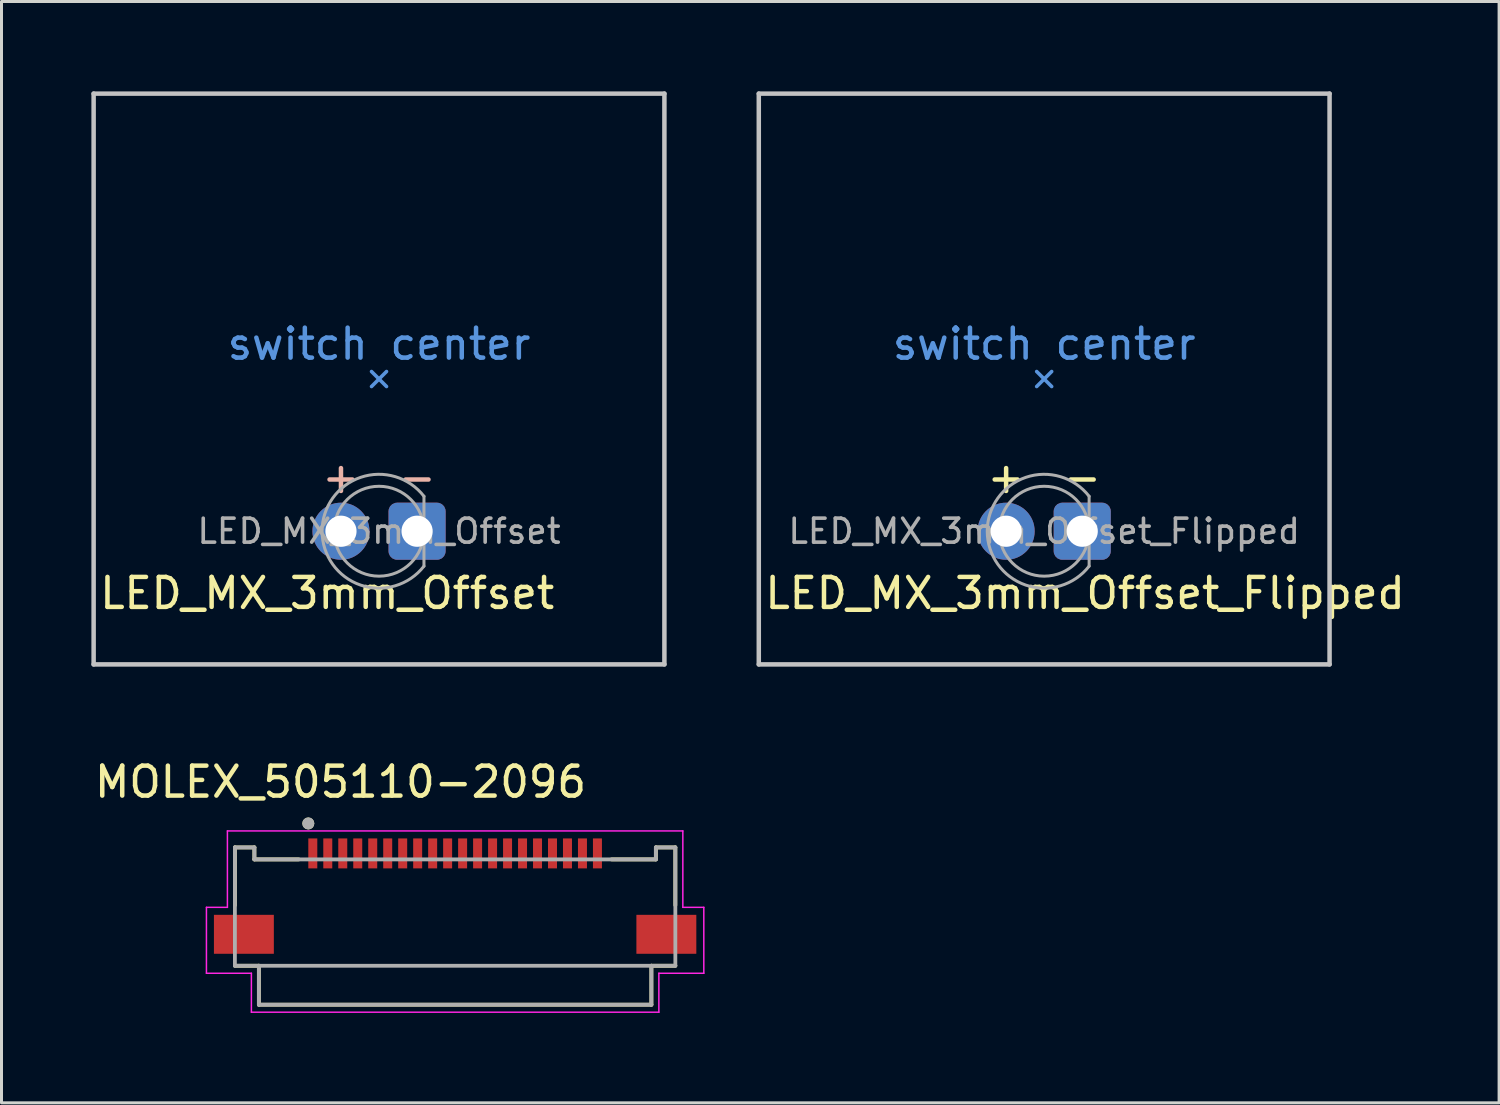
<source format=kicad_pcb>
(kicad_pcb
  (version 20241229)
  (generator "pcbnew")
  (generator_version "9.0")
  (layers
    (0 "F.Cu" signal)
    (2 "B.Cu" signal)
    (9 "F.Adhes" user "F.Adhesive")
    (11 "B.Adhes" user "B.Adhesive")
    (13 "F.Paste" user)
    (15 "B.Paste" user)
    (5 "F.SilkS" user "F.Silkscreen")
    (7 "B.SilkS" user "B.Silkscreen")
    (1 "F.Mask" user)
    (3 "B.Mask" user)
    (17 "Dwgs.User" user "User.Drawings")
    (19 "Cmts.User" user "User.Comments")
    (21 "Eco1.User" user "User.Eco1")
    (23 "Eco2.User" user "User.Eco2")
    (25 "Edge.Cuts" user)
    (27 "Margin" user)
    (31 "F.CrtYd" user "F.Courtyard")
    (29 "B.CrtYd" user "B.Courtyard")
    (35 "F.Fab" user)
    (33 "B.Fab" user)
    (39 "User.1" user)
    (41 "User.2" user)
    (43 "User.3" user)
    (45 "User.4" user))
  (footprint "LED_MX_3mm_Offset_Flipped"
    (layer "F.Cu")
    (at 31.8 9.6)
    (property "Reference" "LED_MX_3mm_Offset_Flipped" (at -9.4 7.15 0) (layer "F.SilkS") (effects (font (size 1 1) (thickness 0.15)) (justify left)))
    (attr through_hole exclude_from_pos_files exclude_from_bom)
    (fp_line (start -9.525 -9.525) (end 9.525 -9.525) (stroke (width 0.15) (type solid)) (layer "Dwgs.User"))
    (fp_line (start -9.525 9.525) (end -9.525 -9.525) (stroke (width 0.15) (type solid)) (layer "Dwgs.User"))
    (fp_line (start 9.525 -9.525) (end 9.525 9.525) (stroke (width 0.15) (type solid)) (layer "Dwgs.User"))
    (fp_line (start 9.525 9.525) (end -9.525 9.525) (stroke (width 0.15) (type solid)) (layer "Dwgs.User"))
    (fp_line (start -0.25 0.25) (end 0 0) (stroke (width 0.12) (type solid)) (layer "Cmts.User"))
    (fp_line (start 0 0) (end -0.25 -0.25) (stroke (width 0.12) (type solid)) (layer "Cmts.User"))
    (fp_line (start 0 0) (end 0.25 -0.25) (stroke (width 0.12) (type solid)) (layer "Cmts.User"))
    (fp_line (start 0.25 0.25) (end 0 0) (stroke (width 0.12) (type solid)) (layer "Cmts.User"))
    (fp_line (start 1.5 6.246) (end 1.5 3.914) (stroke (width 0.1) (type solid)) (layer "F.Fab"))
    (fp_arc (start 1.5 6.246189) (mid -1.900002 5.079546) (end 1.500555 3.914524) (stroke (width 0.1) (type solid)) (layer "F.Fab"))
    (fp_circle (center -0.000001 5.08) (end -1.5 5.08) (stroke (width 0.1) (type solid)) (fill no) (layer "F.Fab"))
    (fp_text user "+" (at -1.27 3.28 0) (layer "F.SilkS") (effects (font (size 1 1) (thickness 0.15)) (justify mirror)))
    (fp_text user "-" (at 1.27 3.28 0) (layer "F.SilkS") (effects (font (size 1 1) (thickness 0.15)) (justify mirror)))
    (fp_text user "switch center" (at 0 -1.17 0) (layer "Cmts.User") (effects (font (size 1 1) (thickness 0.15))))
    (fp_text user "${REFERENCE}" (at 0 5.08 0) (layer "F.Fab") (effects (font (size 0.8 0.8) (thickness 0.12))))
    (pad "1" thru_hole roundrect (at 1.27 5.08) (size 1.905 1.905) (drill 1.04) (layers "*.Cu" "F.Mask") (roundrect_rratio 0.15))
    (pad "2" thru_hole circle (at -1.27 5.08) (size 1.905 1.905) (drill 1.04) (layers "*.Cu" "F.Mask")))
  (footprint "LED_MX_3mm_Offset"
    (layer "F.Cu")
    (at 9.6 9.6)
    (property "Reference" "LED_MX_3mm_Offset" (at -9.4 7.15 0) (layer "F.SilkS") (effects (font (size 1 1) (thickness 0.15)) (justify left)))
    (attr through_hole exclude_from_pos_files exclude_from_bom)
    (fp_line (start -9.525 -9.525) (end 9.525 -9.525) (stroke (width 0.15) (type solid)) (layer "Dwgs.User"))
    (fp_line (start -9.525 9.525) (end -9.525 -9.525) (stroke (width 0.15) (type solid)) (layer "Dwgs.User"))
    (fp_line (start 9.525 -9.525) (end 9.525 9.525) (stroke (width 0.15) (type solid)) (layer "Dwgs.User"))
    (fp_line (start 9.525 9.525) (end -9.525 9.525) (stroke (width 0.15) (type solid)) (layer "Dwgs.User"))
    (fp_line (start -0.25 0.25) (end 0 0) (stroke (width 0.12) (type solid)) (layer "Cmts.User"))
    (fp_line (start 0 0) (end -0.25 -0.25) (stroke (width 0.12) (type solid)) (layer "Cmts.User"))
    (fp_line (start 0 0) (end 0.25 -0.25) (stroke (width 0.12) (type solid)) (layer "Cmts.User"))
    (fp_line (start 0.25 0.25) (end 0 0) (stroke (width 0.12) (type solid)) (layer "Cmts.User"))
    (fp_line (start 1.5 6.246) (end 1.5 3.914) (stroke (width 0.1) (type solid)) (layer "F.Fab"))
    (fp_arc (start 1.5 6.246189) (mid -1.900002 5.079546) (end 1.500555 3.914524) (stroke (width 0.1) (type solid)) (layer "F.Fab"))
    (fp_circle (center -0.000001 5.08) (end -1.5 5.08) (stroke (width 0.1) (type solid)) (fill no) (layer "F.Fab"))
    (fp_text user "+" (at -1.27 3.28 0) (layer "B.SilkS") (effects (font (size 1 1) (thickness 0.15))))
    (fp_text user "-" (at 1.27 3.28 0) (layer "B.SilkS") (effects (font (size 1 1) (thickness 0.15))))
    (fp_text user "switch center" (at 0 -1.17 0) (layer "Cmts.User") (effects (font (size 1 1) (thickness 0.15))))
    (fp_text user "${REFERENCE}" (at 0 5.08 0) (layer "F.Fab") (effects (font (size 0.8 0.8) (thickness 0.12))))
    (pad "1" thru_hole roundrect (at 1.27 5.08) (size 1.905 1.905) (drill 1.04) (layers "*.Cu" "B.Mask") (roundrect_rratio 0.15))
    (pad "2" thru_hole circle (at -1.27 5.08) (size 1.905 1.905) (drill 1.04) (layers "*.Cu" "B.Mask")))
  (footprint "MOLEX_505110-2096"
    (layer "F.Cu")
    (at 12.14 27.858)
    (property "Reference" "MOLEX_505110-2096" (at -3.825 -4.81 0) (layer "F.SilkS") (effects (font (size 1 1) (thickness 0.15))))
    (attr smd)
    (fp_line (start -7.35 -2.625) (end -7.35 -0.695) (stroke (width 0.127) (type solid)) (layer "F.SilkS"))
    (fp_line (start -7.35 1.325) (end -6.55 1.325) (stroke (width 0.127) (type solid)) (layer "F.SilkS"))
    (fp_line (start -6.7 -2.625) (end -7.35 -2.625) (stroke (width 0.127) (type solid)) (layer "F.SilkS"))
    (fp_line (start -6.7 -2.225) (end -6.7 -2.625) (stroke (width 0.127) (type solid)) (layer "F.SilkS"))
    (fp_line (start -6.7 -2.225) (end -5.22 -2.225) (stroke (width 0.127) (type solid)) (layer "F.SilkS"))
    (fp_line (start -6.55 1.325) (end -6.55 2.625) (stroke (width 0.127) (type solid)) (layer "F.SilkS"))
    (fp_line (start -6.55 2.625) (end 6.55 2.625) (stroke (width 0.127) (type solid)) (layer "F.SilkS"))
    (fp_line (start 5.22 -2.225) (end 6.7 -2.225) (stroke (width 0.127) (type solid)) (layer "F.SilkS"))
    (fp_line (start 6.55 1.325) (end 7.35 1.325) (stroke (width 0.127) (type solid)) (layer "F.SilkS"))
    (fp_line (start 6.55 2.625) (end 6.55 1.325) (stroke (width 0.127) (type solid)) (layer "F.SilkS"))
    (fp_line (start 6.7 -2.625) (end 6.7 -2.225) (stroke (width 0.127) (type solid)) (layer "F.SilkS"))
    (fp_line (start 7.35 -2.625) (end 6.7 -2.625) (stroke (width 0.127) (type solid)) (layer "F.SilkS"))
    (fp_line (start 7.35 -0.695) (end 7.35 -2.625) (stroke (width 0.127) (type solid)) (layer "F.SilkS"))
    (fp_circle (center -4.9 -3.425) (end -4.8 -3.425) (stroke (width 0.2) (type solid)) (fill no) (layer "F.SilkS"))
    (fp_line (start -8.3 -0.625) (end -7.6 -0.625) (stroke (width 0.05) (type solid)) (layer "F.CrtYd"))
    (fp_line (start -8.3 1.575) (end -8.3 -0.625) (stroke (width 0.05) (type solid)) (layer "F.CrtYd"))
    (fp_line (start -7.6 -3.175) (end 7.6 -3.175) (stroke (width 0.05) (type solid)) (layer "F.CrtYd"))
    (fp_line (start -7.6 -0.625) (end -7.6 -3.175) (stroke (width 0.05) (type solid)) (layer "F.CrtYd"))
    (fp_line (start -6.8 1.575) (end -8.3 1.575) (stroke (width 0.05) (type solid)) (layer "F.CrtYd"))
    (fp_line (start -6.8 2.875) (end -6.8 1.575) (stroke (width 0.05) (type solid)) (layer "F.CrtYd"))
    (fp_line (start 6.8 1.575) (end 6.8 2.875) (stroke (width 0.05) (type solid)) (layer "F.CrtYd"))
    (fp_line (start 6.8 2.875) (end -6.8 2.875) (stroke (width 0.05) (type solid)) (layer "F.CrtYd"))
    (fp_line (start 7.6 -3.175) (end 7.6 -0.625) (stroke (width 0.05) (type solid)) (layer "F.CrtYd"))
    (fp_line (start 7.6 -0.625) (end 8.3 -0.625) (stroke (width 0.05) (type solid)) (layer "F.CrtYd"))
    (fp_line (start 8.3 -0.625) (end 8.3 1.575) (stroke (width 0.05) (type solid)) (layer "F.CrtYd"))
    (fp_line (start 8.3 1.575) (end 6.8 1.575) (stroke (width 0.05) (type solid)) (layer "F.CrtYd"))
    (fp_line (start -7.35 -2.625) (end -7.35 1.325) (stroke (width 0.127) (type solid)) (layer "F.Fab"))
    (fp_line (start -7.35 1.325) (end -6.55 1.325) (stroke (width 0.127) (type solid)) (layer "F.Fab"))
    (fp_line (start -6.7 -2.625) (end -7.35 -2.625) (stroke (width 0.127) (type solid)) (layer "F.Fab"))
    (fp_line (start -6.7 -2.225) (end -6.7 -2.625) (stroke (width 0.127) (type solid)) (layer "F.Fab"))
    (fp_line (start -6.55 1.325) (end -6.55 2.625) (stroke (width 0.127) (type solid)) (layer "F.Fab"))
    (fp_line (start -6.55 1.325) (end 6.55 1.325) (stroke (width 0.127) (type solid)) (layer "F.Fab"))
    (fp_line (start -6.55 2.625) (end 6.55 2.625) (stroke (width 0.127) (type solid)) (layer "F.Fab"))
    (fp_line (start 6.55 1.325) (end 7.35 1.325) (stroke (width 0.127) (type solid)) (layer "F.Fab"))
    (fp_line (start 6.55 2.625) (end 6.55 1.325) (stroke (width 0.127) (type solid)) (layer "F.Fab"))
    (fp_line (start 6.7 -2.625) (end 6.7 -2.225) (stroke (width 0.127) (type solid)) (layer "F.Fab"))
    (fp_line (start 6.7 -2.225) (end -6.7 -2.225) (stroke (width 0.127) (type solid)) (layer "F.Fab"))
    (fp_line (start 7.35 -2.625) (end 6.7 -2.625) (stroke (width 0.127) (type solid)) (layer "F.Fab"))
    (fp_line (start 7.35 1.325) (end 7.35 -2.625) (stroke (width 0.127) (type solid)) (layer "F.Fab"))
    (fp_circle (center -4.9 -3.425) (end -4.8 -3.425) (stroke (width 0.2) (type solid)) (fill no) (layer "F.Fab"))
    (pad "1" smd rect (at -4.75 -2.425) (size 0.3 1) (layers "F.Cu" "F.Mask" "F.Paste"))
    (pad "2" smd rect (at -4.25 -2.425) (size 0.3 1) (layers "F.Cu" "F.Mask" "F.Paste"))
    (pad "3" smd rect (at -3.75 -2.425) (size 0.3 1) (layers "F.Cu" "F.Mask" "F.Paste"))
    (pad "4" smd rect (at -3.25 -2.425) (size 0.3 1) (layers "F.Cu" "F.Mask" "F.Paste"))
    (pad "5" smd rect (at -2.75 -2.425) (size 0.3 1) (layers "F.Cu" "F.Mask" "F.Paste"))
    (pad "6" smd rect (at -2.25 -2.425) (size 0.3 1) (layers "F.Cu" "F.Mask" "F.Paste"))
    (pad "7" smd rect (at -1.75 -2.425) (size 0.3 1) (layers "F.Cu" "F.Mask" "F.Paste"))
    (pad "8" smd rect (at -1.25 -2.425) (size 0.3 1) (layers "F.Cu" "F.Mask" "F.Paste"))
    (pad "9" smd rect (at -0.75 -2.425) (size 0.3 1) (layers "F.Cu" "F.Mask" "F.Paste"))
    (pad "10" smd rect (at -0.25 -2.425) (size 0.3 1) (layers "F.Cu" "F.Mask" "F.Paste"))
    (pad "11" smd rect (at 0.25 -2.425) (size 0.3 1) (layers "F.Cu" "F.Mask" "F.Paste"))
    (pad "12" smd rect (at 0.75 -2.425) (size 0.3 1) (layers "F.Cu" "F.Mask" "F.Paste"))
    (pad "13" smd rect (at 1.25 -2.425) (size 0.3 1) (layers "F.Cu" "F.Mask" "F.Paste"))
    (pad "14" smd rect (at 1.75 -2.425) (size 0.3 1) (layers "F.Cu" "F.Mask" "F.Paste"))
    (pad "15" smd rect (at 2.25 -2.425) (size 0.3 1) (layers "F.Cu" "F.Mask" "F.Paste"))
    (pad "16" smd rect (at 2.75 -2.425) (size 0.3 1) (layers "F.Cu" "F.Mask" "F.Paste"))
    (pad "17" smd rect (at 3.25 -2.425) (size 0.3 1) (layers "F.Cu" "F.Mask" "F.Paste"))
    (pad "18" smd rect (at 3.75 -2.425) (size 0.3 1) (layers "F.Cu" "F.Mask" "F.Paste"))
    (pad "19" smd rect (at 4.25 -2.425) (size 0.3 1) (layers "F.Cu" "F.Mask" "F.Paste"))
    (pad "20" smd rect (at 4.75 -2.425) (size 0.3 1) (layers "F.Cu" "F.Mask" "F.Paste"))
    (pad "S1" smd rect (at -7.05 0.275) (size 2 1.3) (layers "F.Cu" "F.Mask" "F.Paste"))
    (pad "S2" smd rect (at 7.05 0.275) (size 2 1.3) (layers "F.Cu" "F.Mask" "F.Paste")))
  (gr_rect
    (start -3 -3)
    (end 46.983 33.758)
    (stroke (width 0.1) (type default))
    (fill no)
    (layer "Edge.Cuts")))
</source>
